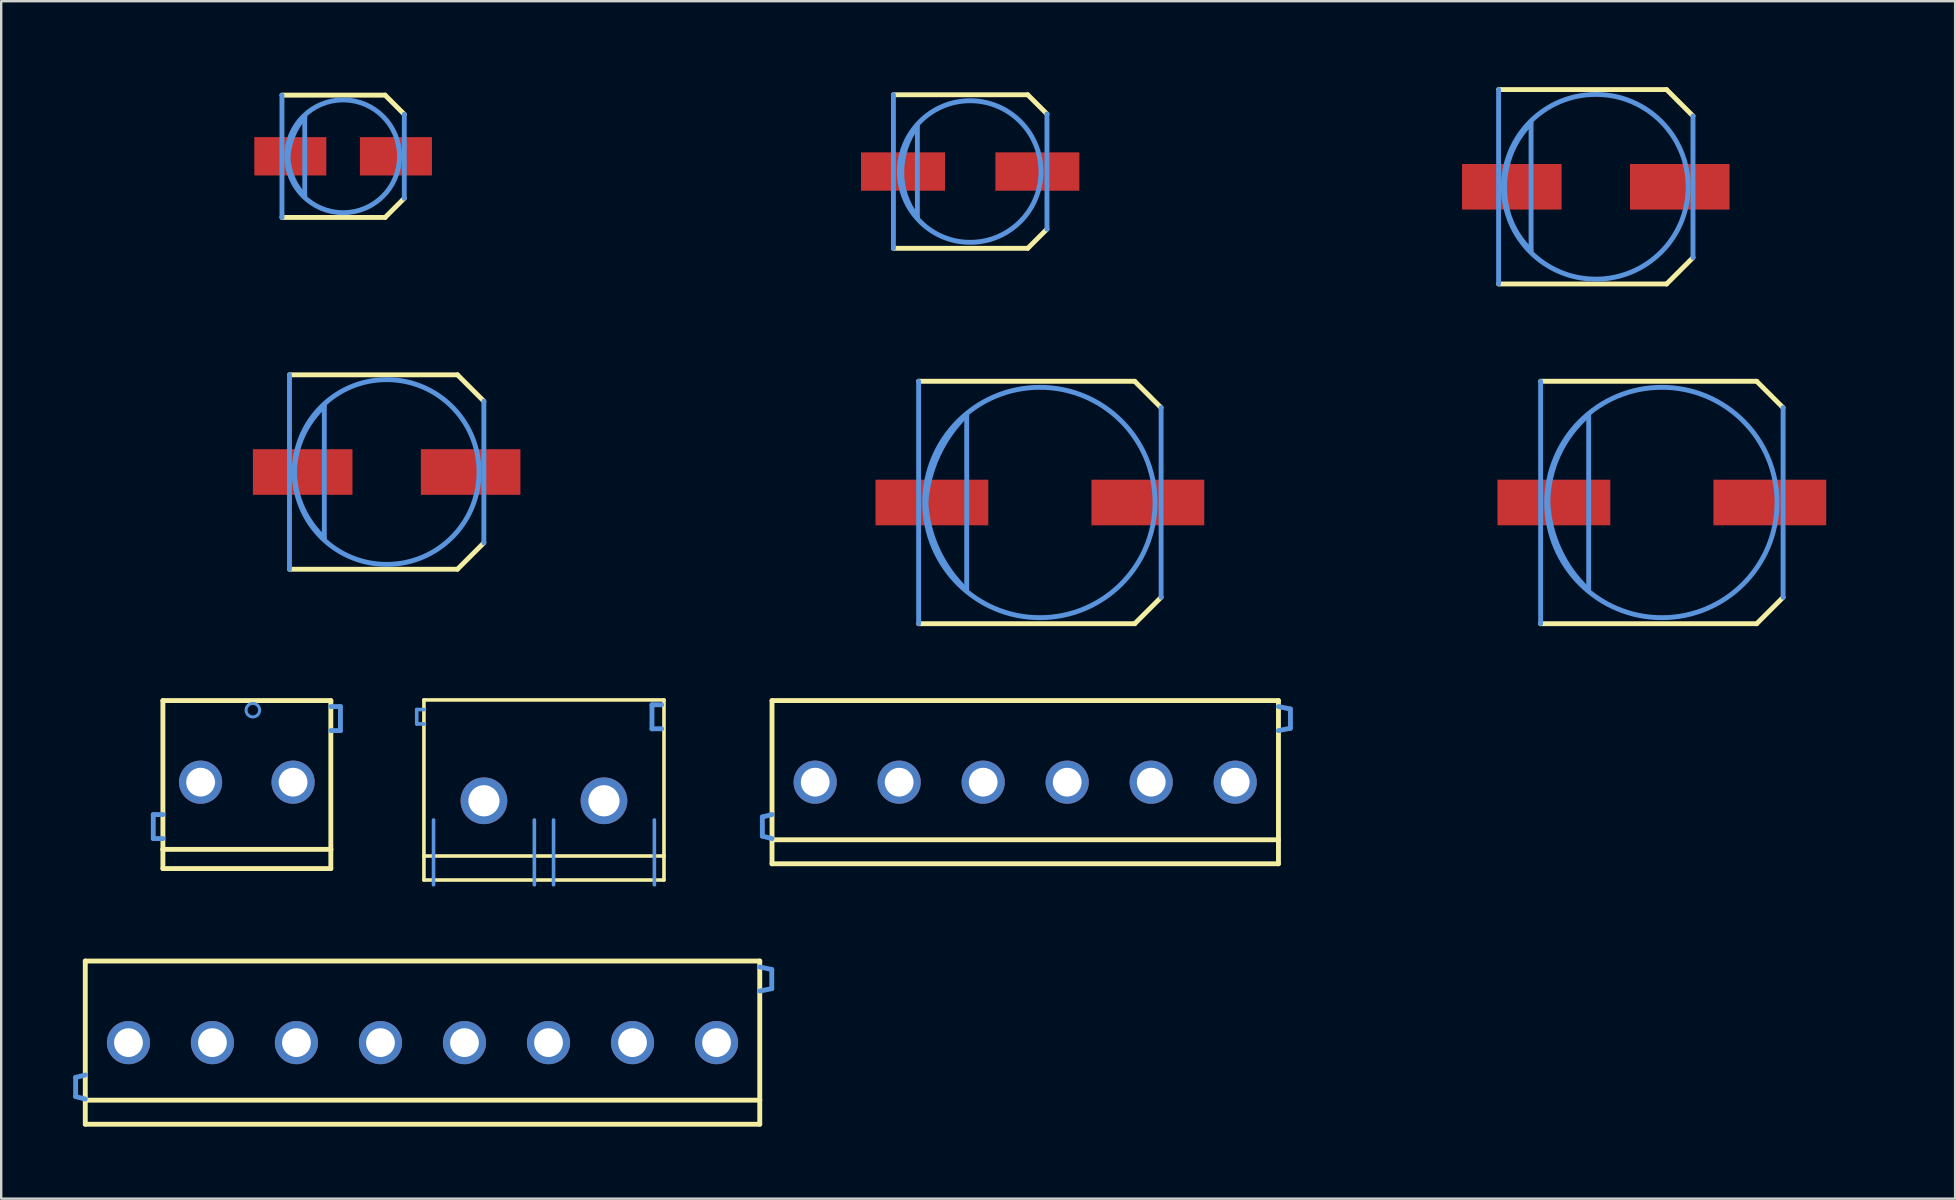
<source format=kicad_pcb>
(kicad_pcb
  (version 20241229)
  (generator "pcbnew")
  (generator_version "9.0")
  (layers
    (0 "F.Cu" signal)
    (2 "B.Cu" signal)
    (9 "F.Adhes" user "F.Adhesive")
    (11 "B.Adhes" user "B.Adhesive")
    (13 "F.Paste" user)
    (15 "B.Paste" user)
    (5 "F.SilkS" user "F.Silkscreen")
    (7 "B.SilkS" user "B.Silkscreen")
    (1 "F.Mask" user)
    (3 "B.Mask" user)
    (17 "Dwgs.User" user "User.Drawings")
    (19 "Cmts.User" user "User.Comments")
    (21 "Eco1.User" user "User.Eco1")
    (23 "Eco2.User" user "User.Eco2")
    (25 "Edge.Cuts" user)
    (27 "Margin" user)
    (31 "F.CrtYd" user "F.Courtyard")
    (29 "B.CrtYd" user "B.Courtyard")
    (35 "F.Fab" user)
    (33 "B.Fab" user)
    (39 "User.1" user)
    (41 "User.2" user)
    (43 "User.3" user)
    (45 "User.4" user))
  (footprint "SANYO-OSCON_SMD_C6"
    (layer "F.Cu")
    (at 37.366 4.096)
    (property "Reference" "SANYO-OSCON_SMD_C6" (at -0.635 -3.175 0) (layer "Eco1.User") (effects (font (size 1.27 1.27) (thickness 0.102))))
    (attr through_hole)
    (fp_line (start -3.198 -3.198) (end 2.398 -3.198) (stroke (width 0.203) (type solid)) (layer "F.SilkS"))
    (fp_line (start 2.398 -3.198) (end 3.198 -2.398) (stroke (width 0.203) (type solid)) (layer "F.SilkS"))
    (fp_line (start 2.398 3.198) (end -3.198 3.198) (stroke (width 0.203) (type solid)) (layer "F.SilkS"))
    (fp_line (start 3.198 2.398) (end 2.398 3.198) (stroke (width 0.203) (type solid)) (layer "F.SilkS"))
    (fp_line (start -3.198 3.198) (end -3.198 -3.198) (stroke (width 0.203) (type solid)) (layer "Cmts.User"))
    (fp_line (start -2.2 -1.9) (end -2.2 1.9) (stroke (width 0.203) (type solid)) (layer "Cmts.User"))
    (fp_line (start 3.198 -2.398) (end 3.198 2.398) (stroke (width 0.203) (type solid)) (layer "Cmts.User"))
    (fp_arc (start -2.84988 0) (mid -2.677248 -0.998514) (end -2.204508 -1.894811) (stroke (width 0.2032) (type solid)) (layer "Cmts.User"))
    (fp_arc (start -2.19964 1.89992) (mid -2.6885 1.008778) (end -2.850974 0.005423) (stroke (width 0.2032) (type solid)) (layer "Cmts.User"))
    (fp_circle (center 0 0) (end 2.949 0) (stroke (width 0.203) (type solid)) (fill no) (layer "Cmts.User"))
    (pad "+" smd rect (at 2.799 0) (size 3.498 1.598) (layers "F.Cu" "F.Mask" "F.Paste"))
    (pad "-" smd rect (at -2.799 0) (size 3.498 1.598) (layers "F.Cu" "F.Mask" "F.Paste")))
  (footprint "SANYO-OSCON_SMD_F12"
    (layer "F.Cu")
    (at 66.18 17.883)
    (property "Reference" "SANYO-OSCON_SMD_F12" (at -2.54 -5.08 0) (layer "Eco1.User") (effects (font (size 1.27 1.27) (thickness 0.102))))
    (attr through_hole)
    (fp_line (start -5.05 -5.05) (end 3.95 -5.05) (stroke (width 0.203) (type solid)) (layer "F.SilkS"))
    (fp_line (start 3.95 -5.05) (end 5.05 -3.95) (stroke (width 0.203) (type solid)) (layer "F.SilkS"))
    (fp_line (start 3.95 5.05) (end -5.05 5.05) (stroke (width 0.203) (type solid)) (layer "F.SilkS"))
    (fp_line (start 5.05 3.95) (end 3.95 5.05) (stroke (width 0.203) (type solid)) (layer "F.SilkS"))
    (fp_line (start -5.05 5.05) (end -5.05 -5.05) (stroke (width 0.203) (type solid)) (layer "Cmts.User"))
    (fp_line (start -3.048 3.65) (end -3.048 -3.65) (stroke (width 0.203) (type solid)) (layer "Cmts.User"))
    (fp_line (start 5.05 -3.95) (end 5.05 3.95) (stroke (width 0.203) (type solid)) (layer "Cmts.User"))
    (fp_arc (start -4.747905 -0.004549) (mid -4.291205 -2.010643) (end -3.048 -3.64998) (stroke (width 0.2032) (type solid)) (layer "Cmts.User"))
    (fp_arc (start -3.056256 3.643423) (mid -4.256308 1.985924) (end -4.7498 0) (stroke (width 0.2032) (type solid)) (layer "Cmts.User"))
    (fp_circle (center 0 0) (end 4.798 0) (stroke (width 0.203) (type solid)) (fill no) (layer "Cmts.User"))
    (pad "+" smd rect (at 4.498 0) (size 4.699 1.9) (layers "F.Cu" "F.Mask" "F.Paste"))
    (pad "-" smd rect (at -4.498 0) (size 4.699 1.9) (layers "F.Cu" "F.Mask" "F.Paste")))
  (footprint "SCREWTERMINAL-5MM-2"
    (layer "F.Cu")
    (at 19.61 30.309)
    (property "Reference" "SCREWTERMINAL-5MM-2" (at 2.2 -2.45 0) (layer "Eco1.User") (effects (font (size 0.406 0.406) (thickness 0.03))))
    (attr through_hole)
    (fp_line (start -5 -4.2) (end 5 -4.2) (stroke (width 0.15) (type solid)) (layer "F.SilkS"))
    (fp_line (start -5 2.299) (end -5 -4.199) (stroke (width 0.15) (type solid)) (layer "F.SilkS"))
    (fp_line (start -5 2.3) (end -5 3.3) (stroke (width 0.15) (type solid)) (layer "F.SilkS"))
    (fp_line (start -5 2.3) (end 5 2.3) (stroke (width 0.15) (type solid)) (layer "F.SilkS"))
    (fp_line (start -5 3.3) (end 5 3.3) (stroke (width 0.15) (type solid)) (layer "F.SilkS"))
    (fp_line (start 5 -4.199) (end 5 2.299) (stroke (width 0.15) (type solid)) (layer "F.SilkS"))
    (fp_line (start 5 3.3) (end 5 2.3) (stroke (width 0.15) (type solid)) (layer "F.SilkS"))
    (fp_line (start -5.3 -3.8) (end -5.3 -3.2) (stroke (width 0.15) (type solid)) (layer "Cmts.User"))
    (fp_line (start -5.3 -3.2) (end -5 -3.2) (stroke (width 0.15) (type solid)) (layer "Cmts.User"))
    (fp_line (start -5 -3.8) (end -5.3 -3.8) (stroke (width 0.15) (type solid)) (layer "Cmts.User"))
    (fp_line (start -4.6 0.8) (end -4.6 3.5) (stroke (width 0.15) (type solid)) (layer "Cmts.User"))
    (fp_line (start -0.4 0.8) (end -0.4 3.5) (stroke (width 0.15) (type solid)) (layer "Cmts.User"))
    (fp_line (start 0.4 0.8) (end 0.4 3.5) (stroke (width 0.15) (type solid)) (layer "Cmts.User"))
    (fp_line (start 4.5 -4) (end 4.5 -3) (stroke (width 0.203) (type solid)) (layer "Cmts.User"))
    (fp_line (start 4.5 -4) (end 4.9 -4) (stroke (width 0.203) (type solid)) (layer "Cmts.User"))
    (fp_line (start 4.6 0.8) (end 4.6 3.5) (stroke (width 0.15) (type solid)) (layer "Cmts.User"))
    (fp_line (start 4.9 -3) (end 4.5 -3) (stroke (width 0.203) (type solid)) (layer "Cmts.User"))
    (pad "1" thru_hole oval (at -2.5 0) (size 1.946 1.946) (drill 1.298) (layers "*.Cu" "*.Mask"))
    (pad "2" thru_hole oval (at 2.5 0) (size 1.946 1.946) (drill 1.298) (layers "*.Cu" "*.Mask")))
  (footprint "SCREWTERMINAL_3.5MM_6"
    (layer "F.Cu")
    (at 30.909 29.534)
    (property "Reference" "SCREWTERMINAL_3.5MM_6" (at 8.8 -2 0) (layer "Eco1.User") (effects (font (size 0.6 0.6) (thickness 0.1))))
    (attr through_hole)
    (fp_line (start -1.798 -3.399) (end 19.299 -3.399) (stroke (width 0.203) (type solid)) (layer "F.SilkS"))
    (fp_line (start -1.798 2.398) (end -1.798 -3.399) (stroke (width 0.203) (type solid)) (layer "F.SilkS"))
    (fp_line (start -1.798 3.399) (end -1.798 2.398) (stroke (width 0.203) (type solid)) (layer "F.SilkS"))
    (fp_line (start 19.299 -3.399) (end 19.299 2.398) (stroke (width 0.203) (type solid)) (layer "F.SilkS"))
    (fp_line (start 19.299 2.398) (end -1.798 2.398) (stroke (width 0.203) (type solid)) (layer "F.SilkS"))
    (fp_line (start 19.299 2.398) (end 19.299 3.399) (stroke (width 0.203) (type solid)) (layer "F.SilkS"))
    (fp_line (start 19.299 3.399) (end -1.798 3.399) (stroke (width 0.203) (type solid)) (layer "F.SilkS"))
    (fp_line (start -2.2 1.448) (end -2.2 2.248) (stroke (width 0.203) (type solid)) (layer "Cmts.User"))
    (fp_line (start -2.2 2.248) (end -1.798 2.349) (stroke (width 0.203) (type solid)) (layer "Cmts.User"))
    (fp_line (start -1.798 1.349) (end -2.2 1.448) (stroke (width 0.203) (type solid)) (layer "Cmts.User"))
    (fp_line (start 19.299 -3.15) (end 19.799 -3.048) (stroke (width 0.203) (type solid)) (layer "Cmts.User"))
    (fp_line (start 19.799 -3.048) (end 19.799 -2.248) (stroke (width 0.203) (type solid)) (layer "Cmts.User"))
    (fp_line (start 19.799 -2.248) (end 19.299 -2.149) (stroke (width 0.203) (type solid)) (layer "Cmts.User"))
    (pad "1" thru_hole oval (at 0 0) (size 1.798 1.798) (drill 1.199) (layers "*.Cu" "*.Mask"))
    (pad "2" thru_hole oval (at 3.498 0) (size 1.798 1.798) (drill 1.199) (layers "*.Cu" "*.Mask"))
    (pad "3" thru_hole oval (at 6.998 0) (size 1.798 1.798) (drill 1.199) (layers "*.Cu" "*.Mask"))
    (pad "4" thru_hole oval (at 10.498 0) (size 1.798 1.798) (drill 1.199) (layers "*.Cu" "*.Mask"))
    (pad "5" thru_hole oval (at 13.998 0) (size 1.798 1.798) (drill 1.199) (layers "*.Cu" "*.Mask"))
    (pad "6" thru_hole oval (at 17.498 0) (size 1.798 1.798) (drill 1.199) (layers "*.Cu" "*.Mask")))
  (footprint "SANYO-OSCON_SMD_F8"
    (layer "F.Cu")
    (at 40.269 17.883)
    (property "Reference" "SANYO-OSCON_SMD_F8" (at -2.54 -5.08 0) (layer "Eco1.User") (effects (font (size 1.27 1.27) (thickness 0.102))))
    (attr through_hole)
    (fp_line (start -5.05 -5.05) (end 3.95 -5.05) (stroke (width 0.203) (type solid)) (layer "F.SilkS"))
    (fp_line (start 3.95 -5.05) (end 5.05 -3.95) (stroke (width 0.203) (type solid)) (layer "F.SilkS"))
    (fp_line (start 3.95 5.05) (end -5.05 5.05) (stroke (width 0.203) (type solid)) (layer "F.SilkS"))
    (fp_line (start 5.05 3.95) (end 3.95 5.05) (stroke (width 0.203) (type solid)) (layer "F.SilkS"))
    (fp_line (start -5.05 5.05) (end -5.05 -5.05) (stroke (width 0.203) (type solid)) (layer "Cmts.User"))
    (fp_line (start -3.048 3.65) (end -3.048 -3.65) (stroke (width 0.203) (type solid)) (layer "Cmts.User"))
    (fp_line (start 5.05 -3.95) (end 5.05 3.95) (stroke (width 0.203) (type solid)) (layer "Cmts.User"))
    (fp_arc (start -4.746939 -0.009665) (mid -4.229069 -1.98458) (end -3.048 -3.64998) (stroke (width 0.2032) (type solid)) (layer "Cmts.User"))
    (fp_arc (start -3.052068 3.649544) (mid -4.247378 1.985934) (end -4.7498 0) (stroke (width 0.2032) (type solid)) (layer "Cmts.User"))
    (fp_circle (center 0 0) (end 4.798 0) (stroke (width 0.203) (type solid)) (fill no) (layer "Cmts.User"))
    (pad "+" smd rect (at 4.498 0) (size 4.699 1.9) (layers "F.Cu" "F.Mask" "F.Paste"))
    (pad "-" smd rect (at -4.498 0) (size 4.699 1.9) (layers "F.Cu" "F.Mask" "F.Paste")))
  (footprint "SANYO-OSCON_SMD_E12"
    (layer "F.Cu")
    (at 13.058 16.613)
    (property "Reference" "SANYO-OSCON_SMD_E12" (at -1.27 -3.81 0) (layer "Eco1.User") (effects (font (size 1.27 1.27) (thickness 0.102))))
    (attr through_hole)
    (fp_line (start -4.049 -4.049) (end 2.949 -4.049) (stroke (width 0.203) (type solid)) (layer "F.SilkS"))
    (fp_line (start 2.949 -4.049) (end 4.049 -2.949) (stroke (width 0.203) (type solid)) (layer "F.SilkS"))
    (fp_line (start 2.949 4.049) (end -4.049 4.049) (stroke (width 0.203) (type solid)) (layer "F.SilkS"))
    (fp_line (start 4.049 2.949) (end 2.949 4.049) (stroke (width 0.203) (type solid)) (layer "F.SilkS"))
    (fp_line (start -4.049 4.049) (end -4.049 -4.049) (stroke (width 0.203) (type solid)) (layer "Cmts.User"))
    (fp_line (start -2.598 2.748) (end -2.598 -2.748) (stroke (width 0.203) (type solid)) (layer "Cmts.User"))
    (fp_line (start 4.049 -2.949) (end 4.049 2.949) (stroke (width 0.203) (type solid)) (layer "Cmts.User"))
    (fp_arc (start -3.847371 -0.005171) (mid -3.495093 -1.500658) (end -2.59842 -2.74828) (stroke (width 0.2032) (type solid)) (layer "Cmts.User"))
    (fp_arc (start -2.601433 2.746005) (mid -3.499119 1.497557) (end -3.8481 0) (stroke (width 0.2032) (type solid)) (layer "Cmts.User"))
    (fp_circle (center 0 0) (end 3.848 0) (stroke (width 0.203) (type solid)) (fill no) (layer "Cmts.User"))
    (pad "+" smd rect (at 3.498 0) (size 4.148 1.9) (layers "F.Cu" "F.Mask" "F.Paste"))
    (pad "-" smd rect (at -3.498 0) (size 4.148 1.9) (layers "F.Cu" "F.Mask" "F.Paste")))
  (footprint "SCREWTERMINAL_3.5MM_8"
    (layer "F.Cu")
    (at 2.301 40.384)
    (property "Reference" "SCREWTERMINAL_3.5MM_8" (at 12 -2.05 0) (layer "Eco1.User") (effects (font (size 0.6 0.6) (thickness 0.1))))
    (attr through_hole)
    (fp_line (start -1.798 -3.399) (end 26.299 -3.399) (stroke (width 0.203) (type solid)) (layer "F.SilkS"))
    (fp_line (start -1.798 2.398) (end -1.798 -3.399) (stroke (width 0.203) (type solid)) (layer "F.SilkS"))
    (fp_line (start -1.798 3.399) (end -1.798 2.398) (stroke (width 0.203) (type solid)) (layer "F.SilkS"))
    (fp_line (start 26.299 -3.399) (end 26.299 2.398) (stroke (width 0.203) (type solid)) (layer "F.SilkS"))
    (fp_line (start 26.299 2.398) (end -1.798 2.398) (stroke (width 0.203) (type solid)) (layer "F.SilkS"))
    (fp_line (start 26.299 2.398) (end 26.299 3.399) (stroke (width 0.203) (type solid)) (layer "F.SilkS"))
    (fp_line (start 26.299 3.399) (end -1.798 3.399) (stroke (width 0.203) (type solid)) (layer "F.SilkS"))
    (fp_line (start -2.2 1.448) (end -2.2 2.248) (stroke (width 0.203) (type solid)) (layer "Cmts.User"))
    (fp_line (start -2.2 2.248) (end -1.798 2.349) (stroke (width 0.203) (type solid)) (layer "Cmts.User"))
    (fp_line (start -1.798 1.349) (end -2.2 1.448) (stroke (width 0.203) (type solid)) (layer "Cmts.User"))
    (fp_line (start 26.299 -3.15) (end 26.8 -3.048) (stroke (width 0.203) (type solid)) (layer "Cmts.User"))
    (fp_line (start 26.8 -3.048) (end 26.8 -2.248) (stroke (width 0.203) (type solid)) (layer "Cmts.User"))
    (fp_line (start 26.8 -2.248) (end 26.299 -2.149) (stroke (width 0.203) (type solid)) (layer "Cmts.User"))
    (pad "1" thru_hole oval (at 0 0) (size 1.798 1.798) (drill 1.199) (layers "*.Cu" "*.Mask"))
    (pad "2" thru_hole oval (at 3.498 0) (size 1.798 1.798) (drill 1.199) (layers "*.Cu" "*.Mask"))
    (pad "3" thru_hole oval (at 6.998 0) (size 1.798 1.798) (drill 1.199) (layers "*.Cu" "*.Mask"))
    (pad "4" thru_hole oval (at 10.498 0) (size 1.798 1.798) (drill 1.199) (layers "*.Cu" "*.Mask"))
    (pad "5" thru_hole oval (at 13.998 0) (size 1.798 1.798) (drill 1.199) (layers "*.Cu" "*.Mask"))
    (pad "6" thru_hole oval (at 17.498 0) (size 1.798 1.798) (drill 1.199) (layers "*.Cu" "*.Mask"))
    (pad "7" thru_hole oval (at 20.998 0) (size 1.798 1.798) (drill 1.199) (layers "*.Cu" "*.Mask"))
    (pad "8" thru_hole oval (at 24.498 0) (size 1.798 1.798) (drill 1.199) (layers "*.Cu" "*.Mask")))
  (footprint "SCREWTERMINAL-3.5MM-2_LOCK"
    (layer "F.Cu")
    (at 5.484 29.534)
    (property "Reference" "SCREWTERMINAL-3.5MM-2_LOCK" (at -0.457 -2.337 0) (layer "Eco1.User") (effects (font (size 0.406 0.406) (thickness 0.03))))
    (attr through_hole)
    (fp_line (start -1.748 -3.399) (end 5.248 -3.399) (stroke (width 0.203) (type solid)) (layer "F.SilkS"))
    (fp_line (start -1.748 2.799) (end -1.748 -3.399) (stroke (width 0.203) (type solid)) (layer "F.SilkS"))
    (fp_line (start -1.748 3.599) (end -1.748 2.799) (stroke (width 0.203) (type solid)) (layer "F.SilkS"))
    (fp_line (start 5.248 -3.399) (end 5.248 2.799) (stroke (width 0.203) (type solid)) (layer "F.SilkS"))
    (fp_line (start 5.248 2.799) (end -1.748 2.799) (stroke (width 0.203) (type solid)) (layer "F.SilkS"))
    (fp_line (start 5.248 2.799) (end 5.248 3.599) (stroke (width 0.203) (type solid)) (layer "F.SilkS"))
    (fp_line (start 5.248 3.599) (end -1.748 3.599) (stroke (width 0.203) (type solid)) (layer "F.SilkS"))
    (fp_line (start -2.149 1.349) (end -2.149 2.349) (stroke (width 0.203) (type solid)) (layer "Cmts.User"))
    (fp_line (start -2.149 2.349) (end -1.748 2.349) (stroke (width 0.203) (type solid)) (layer "Cmts.User"))
    (fp_line (start -1.748 1.349) (end -2.149 1.349) (stroke (width 0.203) (type solid)) (layer "Cmts.User"))
    (fp_line (start 5.248 -3.15) (end 5.649 -3.15) (stroke (width 0.203) (type solid)) (layer "Cmts.User"))
    (fp_line (start 5.649 -3.15) (end 5.649 -2.149) (stroke (width 0.203) (type solid)) (layer "Cmts.User"))
    (fp_line (start 5.649 -2.149) (end 5.248 -2.149) (stroke (width 0.203) (type solid)) (layer "Cmts.User"))
    (fp_circle (center 0 0) (end 0.432 0) (stroke (width 0.025) (type solid)) (fill no) (layer "Cmts.User"))
    (fp_circle (center 1.999 -3) (end 2.281 -3) (stroke (width 0.127) (type solid)) (fill no) (layer "Cmts.User"))
    (fp_circle (center 3.498 0) (end 3.929 0) (stroke (width 0.025) (type solid)) (fill no) (layer "Cmts.User"))
    (pad "1" thru_hole oval (at -0.178 0) (size 1.798 1.798) (drill 1.199) (layers "*.Cu" "*.Mask"))
    (pad "2" thru_hole oval (at 3.675 0) (size 1.798 1.798) (drill 1.199) (layers "*.Cu" "*.Mask")))
  (footprint "SANYO-OSCON_SMD_E7"
    (layer "F.Cu")
    (at 63.428 4.731)
    (property "Reference" "SANYO-OSCON_SMD_E7" (at -1.27 -3.81 0) (layer "Eco1.User") (effects (font (size 1.27 1.27) (thickness 0.102))))
    (attr through_hole)
    (fp_line (start -4.049 -4.049) (end 2.949 -4.049) (stroke (width 0.203) (type solid)) (layer "F.SilkS"))
    (fp_line (start 2.949 -4.049) (end 4.049 -2.949) (stroke (width 0.203) (type solid)) (layer "F.SilkS"))
    (fp_line (start 2.949 4.049) (end -4.049 4.049) (stroke (width 0.203) (type solid)) (layer "F.SilkS"))
    (fp_line (start 4.049 2.949) (end 2.949 4.049) (stroke (width 0.203) (type solid)) (layer "F.SilkS"))
    (fp_line (start -4.049 4.049) (end -4.049 -4.049) (stroke (width 0.203) (type solid)) (layer "Cmts.User"))
    (fp_line (start -2.697 -2.649) (end -2.697 2.649) (stroke (width 0.203) (type solid)) (layer "Cmts.User"))
    (fp_line (start 4.049 -2.949) (end 4.049 2.949) (stroke (width 0.203) (type solid)) (layer "Cmts.User"))
    (fp_arc (start -3.79984 0) (mid -3.507795 -1.431322) (end -2.700832 -2.649019) (stroke (width 0.2032) (type solid)) (layer "Cmts.User"))
    (fp_arc (start -2.69748 2.64922) (mid -3.523721 1.442935) (end -3.797923 0.006755) (stroke (width 0.2032) (type solid)) (layer "Cmts.User"))
    (fp_circle (center 0 0) (end 3.848 0) (stroke (width 0.203) (type solid)) (fill no) (layer "Cmts.User"))
    (pad "+" smd rect (at 3.498 0) (size 4.148 1.9) (layers "F.Cu" "F.Mask" "F.Paste"))
    (pad "-" smd rect (at -3.498 0) (size 4.148 1.9) (layers "F.Cu" "F.Mask" "F.Paste")))
  (footprint "SANYO-OSCON_SMD_B6"
    (layer "F.Cu")
    (at 11.244 3.461)
    (property "Reference" "SANYO-OSCON_SMD_B6" (at 0 -2.54 0) (layer "Eco1.User") (effects (font (size 1.27 1.27) (thickness 0.102))))
    (attr through_hole)
    (fp_line (start -2.548 -2.548) (end 1.748 -2.548) (stroke (width 0.203) (type solid)) (layer "F.SilkS"))
    (fp_line (start 1.748 -2.548) (end 2.548 -1.748) (stroke (width 0.203) (type solid)) (layer "F.SilkS"))
    (fp_line (start 1.748 2.548) (end -2.548 2.548) (stroke (width 0.203) (type solid)) (layer "F.SilkS"))
    (fp_line (start 2.548 1.748) (end 1.748 2.548) (stroke (width 0.203) (type solid)) (layer "F.SilkS"))
    (fp_line (start -2.548 2.548) (end -2.548 -2.548) (stroke (width 0.203) (type solid)) (layer "Cmts.User"))
    (fp_line (start -1.598 1.648) (end -1.598 -1.648) (stroke (width 0.203) (type solid)) (layer "Cmts.User"))
    (fp_line (start 2.548 -1.748) (end 2.548 1.748) (stroke (width 0.203) (type solid)) (layer "Cmts.User"))
    (fp_arc (start -2.296293 -0.005193) (mid -2.076743 -0.881997) (end -1.59766 -1.64846) (stroke (width 0.2032) (type solid)) (layer "Cmts.User"))
    (fp_arc (start -1.600242 1.647923) (mid -2.103299 0.88916) (end -2.2987 0) (stroke (width 0.2032) (type solid)) (layer "Cmts.User"))
    (fp_circle (center 0 0) (end 2.349 0) (stroke (width 0.203) (type solid)) (fill no) (layer "Cmts.User"))
    (pad "+" smd rect (at 2.2 0) (size 3 1.598) (layers "F.Cu" "F.Mask" "F.Paste"))
    (pad "-" smd rect (at -2.2 0) (size 3 1.598) (layers "F.Cu" "F.Mask" "F.Paste")))
  (gr_rect
    (start -3 -3)
    (end 78.398 46.884)
    (stroke (width 0.1) (type default))
    (fill no)
    (layer "Edge.Cuts")))
</source>
